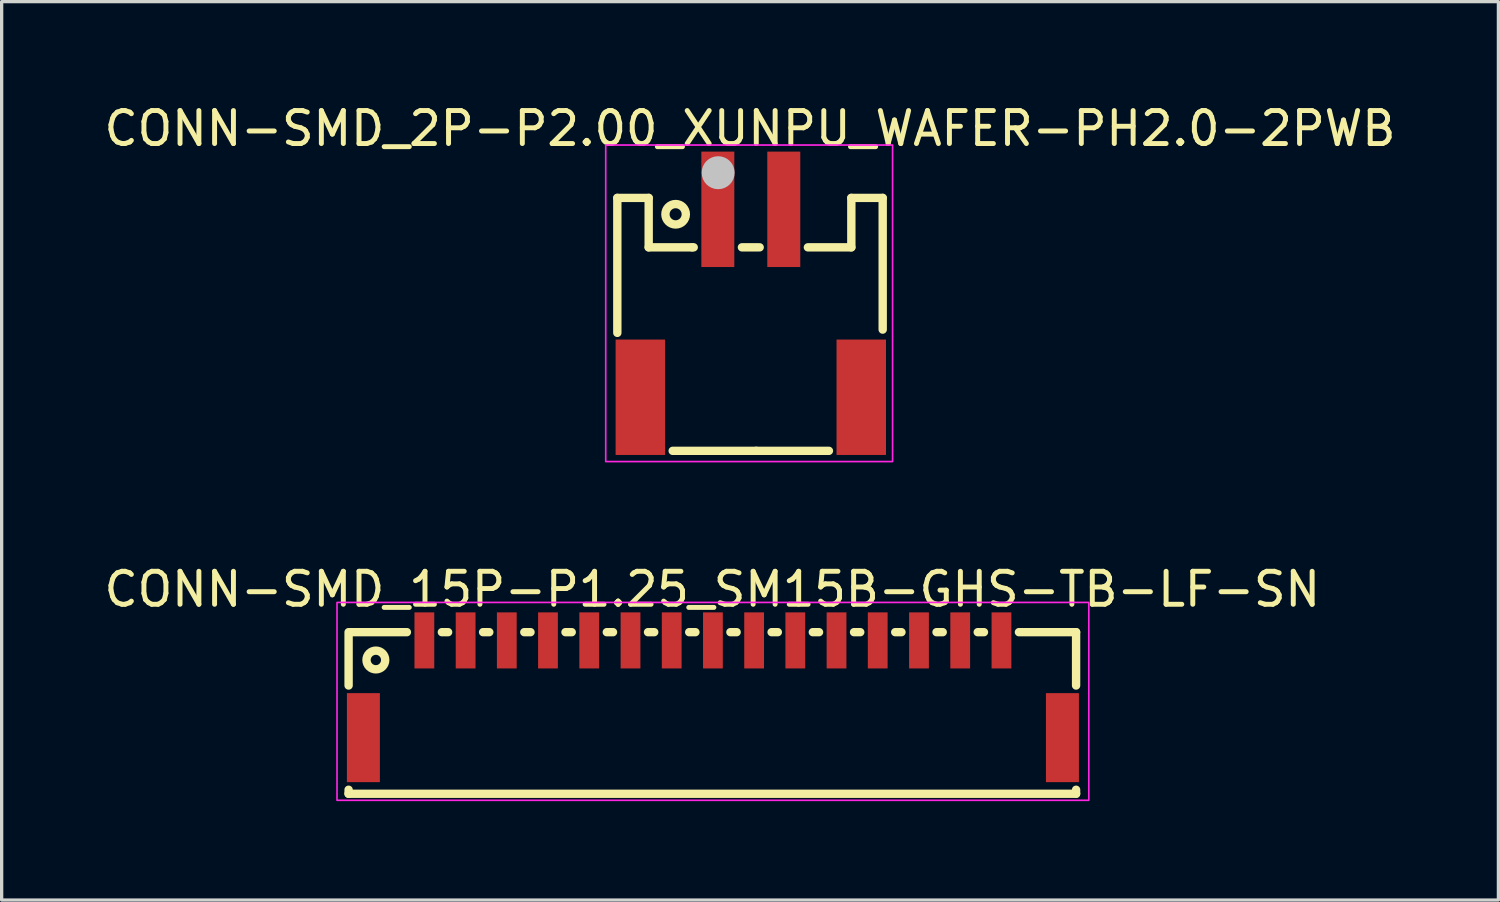
<source format=kicad_pcb>
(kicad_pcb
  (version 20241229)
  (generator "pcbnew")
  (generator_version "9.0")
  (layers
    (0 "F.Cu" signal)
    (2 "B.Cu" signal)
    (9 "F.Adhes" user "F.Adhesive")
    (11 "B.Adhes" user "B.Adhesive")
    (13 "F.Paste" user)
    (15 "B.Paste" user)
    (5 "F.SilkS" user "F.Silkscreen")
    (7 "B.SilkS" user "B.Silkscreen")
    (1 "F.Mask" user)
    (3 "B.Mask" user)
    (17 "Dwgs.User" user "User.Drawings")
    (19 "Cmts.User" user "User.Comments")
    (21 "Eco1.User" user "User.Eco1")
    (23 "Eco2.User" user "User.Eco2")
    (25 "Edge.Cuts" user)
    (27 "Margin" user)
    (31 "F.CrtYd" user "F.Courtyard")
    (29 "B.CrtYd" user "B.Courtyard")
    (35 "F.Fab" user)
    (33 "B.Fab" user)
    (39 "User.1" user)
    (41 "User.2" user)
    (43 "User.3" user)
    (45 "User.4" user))
  (footprint "CONN-SMD_2P-P2.00_XUNPU_WAFER-PH2.0-2PWB"
    (layer "F.Cu")
    (at 19.72 6.148)
    (property "Reference" "CONN-SMD_2P-P2.00_XUNPU_WAFER-PH2.0-2PWB" (at -0.024 -5.3 0) (layer "F.SilkS") (effects (font (size 1 1) (thickness 0.15))))
    (fp_line (start -4.048 -3.196) (end -3.097 -3.196) (stroke (width 0.254) (type default)) (layer "F.SilkS"))
    (fp_line (start -4.048 0.897) (end -4.048 -3.196) (stroke (width 0.254) (type default)) (layer "F.SilkS"))
    (fp_line (start -3.097 -3.196) (end -3.097 -1.697) (stroke (width 0.254) (type default)) (layer "F.SilkS"))
    (fp_line (start -3.097 -1.697) (end -1.779 -1.697) (stroke (width 0.254) (type default)) (layer "F.SilkS"))
    (fp_line (start -1.779 -1.697) (end -1.731 -1.697) (stroke (width 0.254) (type default)) (layer "F.SilkS"))
    (fp_line (start -0.269 -1.697) (end 0.269 -1.697) (stroke (width 0.254) (type default)) (layer "F.SilkS"))
    (fp_line (start 0.165 4.475) (end -2.369 4.475) (stroke (width 0.254) (type default)) (layer "F.SilkS"))
    (fp_line (start 0.165 4.475) (end 2.369 4.475) (stroke (width 0.254) (type default)) (layer "F.SilkS"))
    (fp_line (start 3.049 -3.196) (end 3.049 -1.697) (stroke (width 0.254) (type default)) (layer "F.SilkS"))
    (fp_line (start 3.049 -1.697) (end 1.731 -1.697) (stroke (width 0.254) (type default)) (layer "F.SilkS"))
    (fp_line (start 4 -3.196) (end 3.049 -3.196) (stroke (width 0.254) (type default)) (layer "F.SilkS"))
    (fp_line (start 4 -3.196) (end 4 0.798) (stroke (width 0.254) (type default)) (layer "F.SilkS"))
    (fp_circle (center -2.28 -2.7) (end -1.97 -2.7) (stroke (width 0.254) (type default)) (fill no) (layer "F.SilkS"))
    (fp_circle (center -0.99 -3.96) (end -0.74 -3.96) (stroke (width 0.5) (type default)) (fill no) (layer "Dwgs.User"))
    (fp_rect (start -4.4 -4.8) (end 4.3 4.8) (stroke (width 0.05) (type default)) (fill no) (layer "F.CrtYd"))
    (fp_poly (pts (xy -3.5 1.875) (xy -3.2 1.875) (xy -3.2 4.375) (xy -3.5 4.375)) (stroke (width 0.1) (type default)) (fill no) (layer "User.1"))
    (fp_poly (pts (xy -1.25 -4.1) (xy -0.75 -4.1) (xy -0.75 -1.6) (xy -1.25 -1.6)) (stroke (width 0.1) (type default)) (fill no) (layer "User.1"))
    (fp_poly (pts (xy 0.75 -4.1) (xy 1.25 -4.1) (xy 1.25 -1.6) (xy 0.75 -1.6)) (stroke (width 0.1) (type default)) (fill no) (layer "User.1"))
    (fp_poly (pts (xy 3.2 1.875) (xy 3.5 1.875) (xy 3.5 4.375) (xy 3.2 4.375)) (stroke (width 0.1) (type default)) (fill no) (layer "User.1"))
    (fp_line (start -4 -3.115) (end -3 -3.115) (stroke (width 0.051) (type default)) (layer "User.2"))
    (fp_line (start -4 -1.655) (end -4 -3.115) (stroke (width 0.051) (type default)) (layer "User.2"))
    (fp_line (start -4 4.475) (end -4 -1.655) (stroke (width 0.051) (type default)) (layer "User.2"))
    (fp_line (start -3 -3.115) (end -3 -1.655) (stroke (width 0.051) (type default)) (layer "User.2"))
    (fp_line (start -3 -1.655) (end 3 -1.655) (stroke (width 0.051) (type default)) (layer "User.2"))
    (fp_line (start 3 -3.115) (end 4 -3.115) (stroke (width 0.051) (type default)) (layer "User.2"))
    (fp_line (start 3 -1.655) (end 3 -3.115) (stroke (width 0.051) (type default)) (layer "User.2"))
    (fp_line (start 4 -3.115) (end 4 -1.655) (stroke (width 0.051) (type default)) (layer "User.2"))
    (fp_line (start 4 -1.655) (end 4 4.475) (stroke (width 0.051) (type default)) (layer "User.2"))
    (fp_line (start 4 4.475) (end -4 4.475) (stroke (width 0.051) (type default)) (layer "User.2"))
    (fp_poly (pts (xy -3.94 -4.1) (xy -3.958 -4.142) (xy -4 -4.16) (xy -4.042 -4.142) (xy -4.06 -4.1) (xy -4.042 -4.058) (xy -4 -4.04) (xy -3.958 -4.058)) (stroke (width 0.1) (type default)) (fill no) (layer "User.3"))
    (pad "1" smd rect (at -1 -2.85) (size 1 3.5) (layers "F.Cu" "F.Mask" "F.Paste"))
    (pad "2" smd rect (at 1 -2.85) (size 1 3.5) (layers "F.Cu" "F.Mask" "F.Paste"))
    (pad "3" smd rect (at -3.35 2.85) (size 1.5 3.5) (layers "F.Cu" "F.Mask" "F.Paste"))
    (pad "4" smd rect (at 3.35 2.85) (size 1.5 3.5) (layers "F.Cu" "F.Mask" "F.Paste")))
  (footprint "CONN-SMD_15P-P1.25_SM15B-GHS-TB-LF-SN"
    (layer "F.Cu")
    (at 18.571 18.621)
    (property "Reference" "CONN-SMD_15P-P1.25_SM15B-GHS-TB-LF-SN" (at -0.018 -3.8 0) (layer "F.SilkS") (effects (font (size 1 1) (thickness 0.15))))
    (fp_line (start -11.049 -0.881) (end -11.049 -2.499) (stroke (width 0.254) (type default)) (layer "F.SilkS"))
    (fp_line (start -11.049 2.402) (end -11.049 2.28) (stroke (width 0.254) (type default)) (layer "F.SilkS"))
    (fp_line (start -10.988 -2.499) (end -9.281 -2.499) (stroke (width 0.254) (type default)) (layer "F.SilkS"))
    (fp_line (start -8.22 -2.499) (end -8.031 -2.499) (stroke (width 0.254) (type default)) (layer "F.SilkS"))
    (fp_line (start -6.97 -2.499) (end -6.782 -2.499) (stroke (width 0.254) (type default)) (layer "F.SilkS"))
    (fp_line (start -5.72 -2.499) (end -5.532 -2.499) (stroke (width 0.254) (type default)) (layer "F.SilkS"))
    (fp_line (start -4.471 -2.499) (end -4.282 -2.499) (stroke (width 0.254) (type default)) (layer "F.SilkS"))
    (fp_line (start -3.218 -2.499) (end -3.03 -2.499) (stroke (width 0.254) (type default)) (layer "F.SilkS"))
    (fp_line (start -1.968 -2.499) (end -1.78 -2.499) (stroke (width 0.254) (type default)) (layer "F.SilkS"))
    (fp_line (start -0.719 -2.499) (end -0.531 -2.499) (stroke (width 0.254) (type default)) (layer "F.SilkS"))
    (fp_line (start 0.531 -2.499) (end 0.719 -2.499) (stroke (width 0.254) (type default)) (layer "F.SilkS"))
    (fp_line (start 1.78 -2.499) (end 1.968 -2.499) (stroke (width 0.254) (type default)) (layer "F.SilkS"))
    (fp_line (start 3.03 -2.499) (end 3.218 -2.499) (stroke (width 0.254) (type default)) (layer "F.SilkS"))
    (fp_line (start 4.28 -2.499) (end 4.468 -2.499) (stroke (width 0.254) (type default)) (layer "F.SilkS"))
    (fp_line (start 5.529 -2.499) (end 5.718 -2.499) (stroke (width 0.254) (type default)) (layer "F.SilkS"))
    (fp_line (start 6.782 -2.499) (end 6.97 -2.499) (stroke (width 0.254) (type default)) (layer "F.SilkS"))
    (fp_line (start 8.031 -2.499) (end 8.22 -2.499) (stroke (width 0.254) (type default)) (layer "F.SilkS"))
    (fp_line (start 9.281 -2.499) (end 11.014 -2.499) (stroke (width 0.254) (type default)) (layer "F.SilkS"))
    (fp_line (start 11.014 -2.499) (end 11.014 -0.881) (stroke (width 0.254) (type default)) (layer "F.SilkS"))
    (fp_line (start 11.014 2.28) (end 11.014 2.402) (stroke (width 0.254) (type default)) (layer "F.SilkS"))
    (fp_line (start 11.014 2.402) (end -11.049 2.402) (stroke (width 0.254) (type default)) (layer "F.SilkS"))
    (fp_circle (center -10.222 -1.655) (end -9.938 -1.655) (stroke (width 0.254) (type default)) (fill no) (layer "F.SilkS"))
    (fp_rect (start -11.4 -3.4) (end 11.4 2.6) (stroke (width 0.05) (type default)) (fill no) (layer "F.CrtYd"))
    (fp_poly (pts (xy -10.749 -0.401) (xy -10.45 -0.401) (xy -10.45 1.8) (xy -10.749 1.8)) (stroke (width 0.1) (type default)) (fill no) (layer "User.1"))
    (fp_poly (pts (xy -8.851 -2.55) (xy -8.65 -2.55) (xy -8.65 -1.65) (xy -8.851 -1.65)) (stroke (width 0.1) (type default)) (fill no) (layer "User.1"))
    (fp_poly (pts (xy -7.601 -2.55) (xy -7.401 -2.55) (xy -7.401 -1.65) (xy -7.601 -1.65)) (stroke (width 0.1) (type default)) (fill no) (layer "User.1"))
    (fp_poly (pts (xy -6.351 -2.55) (xy -6.151 -2.55) (xy -6.151 -1.65) (xy -6.351 -1.65)) (stroke (width 0.1) (type default)) (fill no) (layer "User.1"))
    (fp_poly (pts (xy -5.101 -2.55) (xy -4.902 -2.55) (xy -4.902 -1.65) (xy -5.101 -1.65)) (stroke (width 0.1) (type default)) (fill no) (layer "User.1"))
    (fp_poly (pts (xy -3.85 -2.55) (xy -3.651 -2.55) (xy -3.651 -1.65) (xy -3.85 -1.65)) (stroke (width 0.1) (type default)) (fill no) (layer "User.1"))
    (fp_poly (pts (xy -2.599 -2.55) (xy -2.4 -2.55) (xy -2.4 -1.65) (xy -2.599 -1.65)) (stroke (width 0.1) (type default)) (fill no) (layer "User.1"))
    (fp_poly (pts (xy -1.349 -2.55) (xy -1.149 -2.55) (xy -1.149 -1.65) (xy -1.349 -1.65)) (stroke (width 0.1) (type default)) (fill no) (layer "User.1"))
    (fp_poly (pts (xy -0.1 -2.55) (xy 0.1 -2.55) (xy 0.1 -1.65) (xy -0.1 -1.65)) (stroke (width 0.1) (type default)) (fill no) (layer "User.1"))
    (fp_poly (pts (xy 1.149 -2.55) (xy 1.349 -2.55) (xy 1.349 -1.65) (xy 1.149 -1.65)) (stroke (width 0.1) (type default)) (fill no) (layer "User.1"))
    (fp_poly (pts (xy 2.4 -2.55) (xy 2.599 -2.55) (xy 2.599 -1.65) (xy 2.4 -1.65)) (stroke (width 0.1) (type default)) (fill no) (layer "User.1"))
    (fp_poly (pts (xy 3.649 -2.55) (xy 3.849 -2.55) (xy 3.849 -1.65) (xy 3.649 -1.65)) (stroke (width 0.1) (type default)) (fill no) (layer "User.1"))
    (fp_poly (pts (xy 4.899 -2.55) (xy 5.098 -2.55) (xy 5.098 -1.65) (xy 4.899 -1.65)) (stroke (width 0.1) (type default)) (fill no) (layer "User.1"))
    (fp_poly (pts (xy 6.149 -2.55) (xy 6.349 -2.55) (xy 6.349 -1.65) (xy 6.149 -1.65)) (stroke (width 0.1) (type default)) (fill no) (layer "User.1"))
    (fp_poly (pts (xy 7.401 -2.55) (xy 7.601 -2.55) (xy 7.601 -1.65) (xy 7.401 -1.65)) (stroke (width 0.1) (type default)) (fill no) (layer "User.1"))
    (fp_poly (pts (xy 8.65 -2.55) (xy 8.851 -2.55) (xy 8.851 -1.65) (xy 8.65 -1.65)) (stroke (width 0.1) (type default)) (fill no) (layer "User.1"))
    (fp_poly (pts (xy 10.45 -0.401) (xy 10.749 -0.401) (xy 10.749 1.8) (xy 10.45 1.8)) (stroke (width 0.1) (type default)) (fill no) (layer "User.1"))
    (fp_line (start -11 -1.75) (end 11 -1.75) (stroke (width 0.051) (type default)) (layer "User.2"))
    (fp_line (start -11 2.5) (end -11 -1.75) (stroke (width 0.051) (type default)) (layer "User.2"))
    (fp_line (start 11 -1.75) (end 11 2.5) (stroke (width 0.051) (type default)) (layer "User.2"))
    (fp_line (start 11 2.5) (end -11 2.5) (stroke (width 0.051) (type default)) (layer "User.2"))
    (fp_poly (pts (xy -10.945 -2.573) (xy -10.977 -2.605) (xy -11.023 -2.605) (xy -11.055 -2.573) (xy -11.055 -2.527) (xy -11.023 -2.495) (xy -10.977 -2.495) (xy -10.945 -2.527)) (stroke (width 0.1) (type default)) (fill no) (layer "User.3"))
    (pad "1" smd rect (at -8.751 -2.249) (size 0.6 1.7) (layers "F.Cu" "F.Mask" "F.Paste"))
    (pad "2" smd rect (at -7.5 -2.249) (size 0.6 1.7) (layers "F.Cu" "F.Mask" "F.Paste"))
    (pad "3" smd rect (at -6.251 -2.249) (size 0.6 1.7) (layers "F.Cu" "F.Mask" "F.Paste"))
    (pad "4" smd rect (at -5.002 -2.249) (size 0.6 1.7) (layers "F.Cu" "F.Mask" "F.Paste"))
    (pad "5" smd rect (at -3.751 -2.249) (size 0.6 1.7) (layers "F.Cu" "F.Mask" "F.Paste"))
    (pad "6" smd rect (at -2.499 -2.249) (size 0.6 1.7) (layers "F.Cu" "F.Mask" "F.Paste"))
    (pad "7" smd rect (at -1.25 -2.249) (size 0.6 1.7) (layers "F.Cu" "F.Mask" "F.Paste"))
    (pad "8" smd rect (at 0 -2.249) (size 0.6 1.7) (layers "F.Cu" "F.Mask" "F.Paste"))
    (pad "9" smd rect (at 1.25 -2.249) (size 0.6 1.7) (layers "F.Cu" "F.Mask" "F.Paste"))
    (pad "10" smd rect (at 2.499 -2.249) (size 0.6 1.7) (layers "F.Cu" "F.Mask" "F.Paste"))
    (pad "11" smd rect (at 3.749 -2.249) (size 0.6 1.7) (layers "F.Cu" "F.Mask" "F.Paste"))
    (pad "12" smd rect (at 4.998 -2.249) (size 0.6 1.7) (layers "F.Cu" "F.Mask" "F.Paste"))
    (pad "13" smd rect (at 6.25 -2.249) (size 0.6 1.7) (layers "F.Cu" "F.Mask" "F.Paste"))
    (pad "14" smd rect (at 7.5 -2.249) (size 0.6 1.7) (layers "F.Cu" "F.Mask" "F.Paste"))
    (pad "15" smd rect (at 8.751 -2.249) (size 0.6 1.7) (layers "F.Cu" "F.Mask" "F.Paste"))
    (pad "16" smd rect (at -10.6 0.7) (size 1 2.7) (layers "F.Cu" "F.Mask" "F.Paste"))
    (pad "17" smd rect (at 10.6 0.7) (size 1 2.7) (layers "F.Cu" "F.Mask" "F.Paste")))
  (gr_rect
    (start -3 -3)
    (end 42.393 24.246)
    (stroke (width 0.1) (type default))
    (fill no)
    (layer "Edge.Cuts")))
</source>
